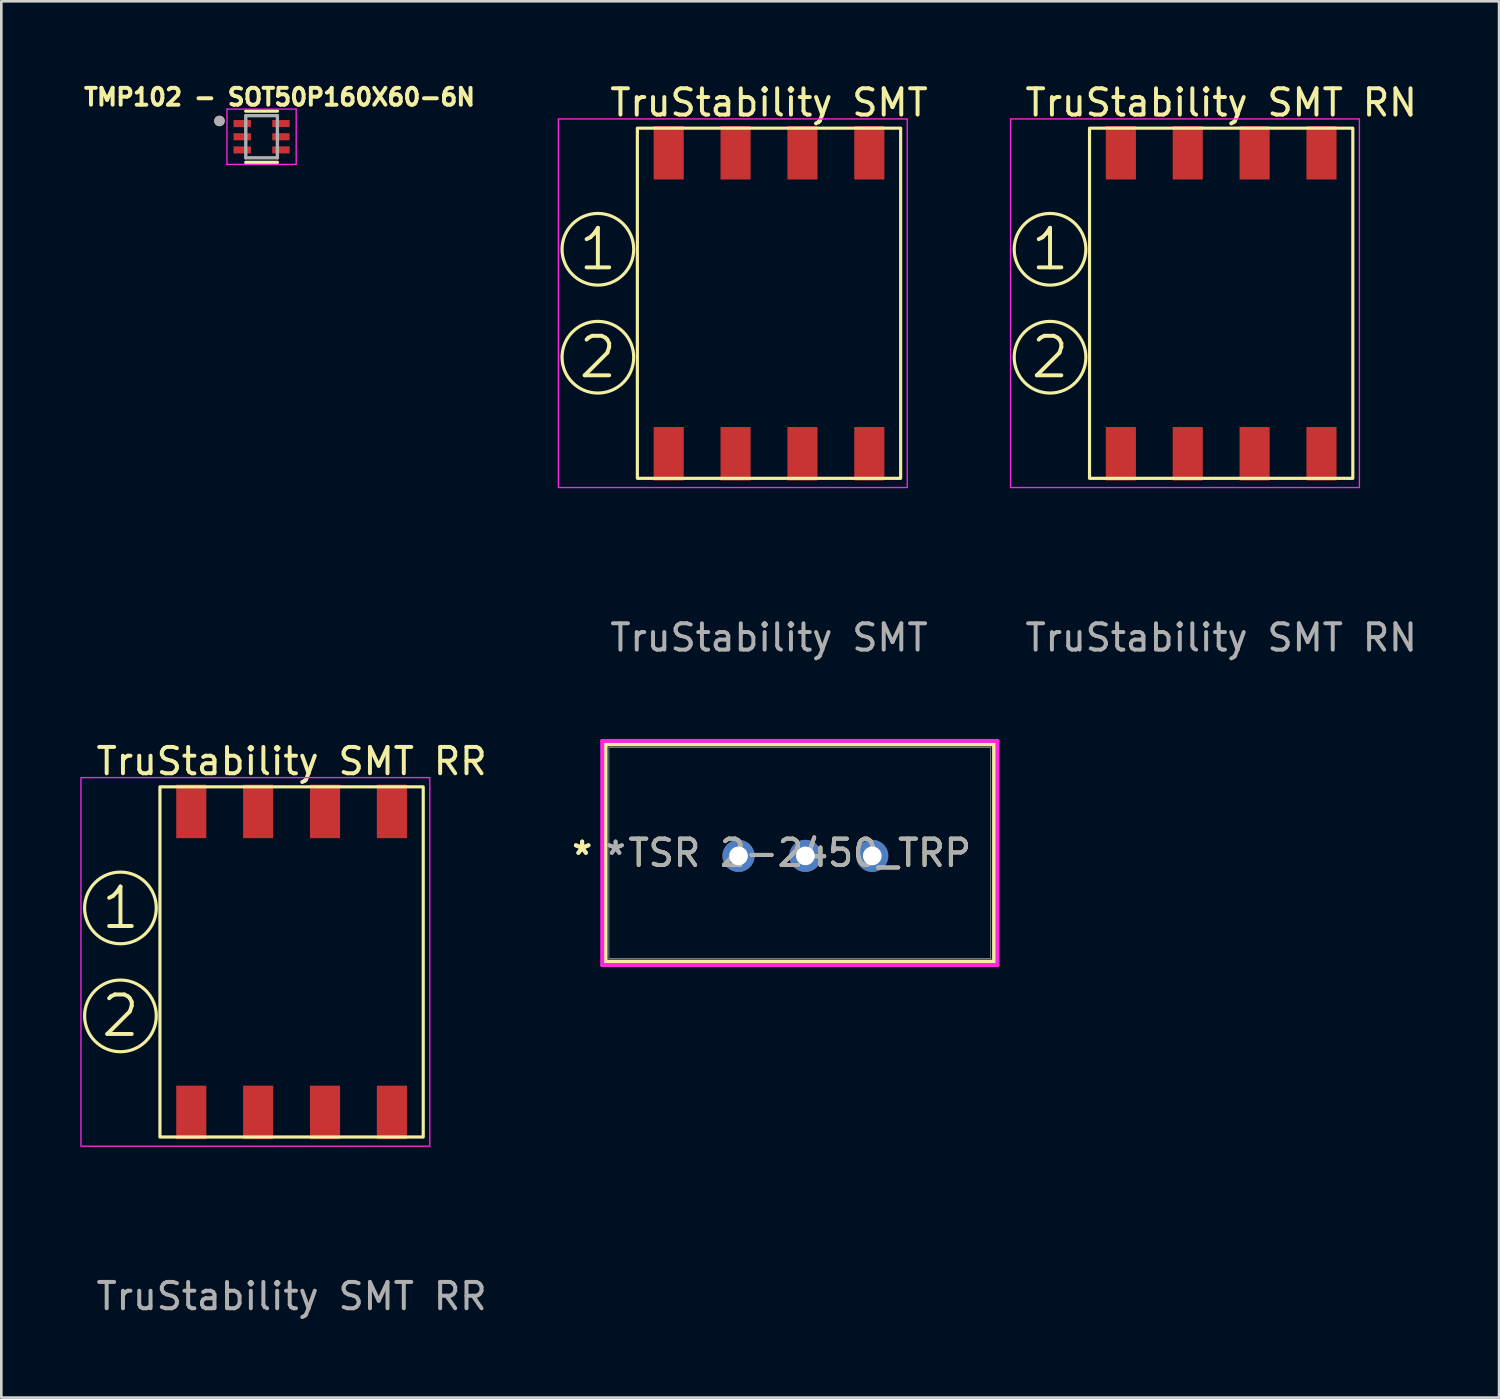
<source format=kicad_pcb>
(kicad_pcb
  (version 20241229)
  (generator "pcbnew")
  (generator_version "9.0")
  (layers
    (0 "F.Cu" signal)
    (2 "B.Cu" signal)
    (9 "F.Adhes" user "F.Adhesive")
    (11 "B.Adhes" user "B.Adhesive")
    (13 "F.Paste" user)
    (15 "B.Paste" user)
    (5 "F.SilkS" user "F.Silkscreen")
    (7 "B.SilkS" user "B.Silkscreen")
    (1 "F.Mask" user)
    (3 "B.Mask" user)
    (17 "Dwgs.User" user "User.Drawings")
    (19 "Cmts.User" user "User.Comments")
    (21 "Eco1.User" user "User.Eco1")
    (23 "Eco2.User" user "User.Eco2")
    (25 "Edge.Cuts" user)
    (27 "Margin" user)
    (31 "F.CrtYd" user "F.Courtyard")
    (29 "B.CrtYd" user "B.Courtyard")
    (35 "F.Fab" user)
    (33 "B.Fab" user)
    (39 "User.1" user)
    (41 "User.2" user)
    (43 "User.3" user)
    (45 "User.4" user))
  (footprint "TMP102 - SOT50P160X60-6N"
    (layer "F.Cu")
    (at 6.885 2.144)
    (property "Reference" "TMP102 - SOT50P160X60-6N" (at 0.682 -1.506 0) (layer "F.SilkS") (effects (font (size 0.64 0.64) (thickness 0.15))))
    (attr smd)
    (fp_line (start -0.6 -0.975) (end 0.6 -0.975) (stroke (width 0.127) (type solid)) (layer "F.SilkS"))
    (fp_line (start -0.6 0.975) (end 0.6 0.975) (stroke (width 0.127) (type solid)) (layer "F.SilkS"))
    (fp_circle (center -1.6 -0.6) (end -1.5 -0.6) (stroke (width 0.2) (type solid)) (fill no) (layer "F.SilkS"))
    (fp_line (start -1.315 -1.05) (end 1.315 -1.05) (stroke (width 0.05) (type solid)) (layer "F.CrtYd"))
    (fp_line (start -1.315 1.05) (end -1.315 -1.05) (stroke (width 0.05) (type solid)) (layer "F.CrtYd"))
    (fp_line (start 1.315 -1.05) (end 1.315 1.05) (stroke (width 0.05) (type solid)) (layer "F.CrtYd"))
    (fp_line (start 1.315 1.05) (end -1.315 1.05) (stroke (width 0.05) (type solid)) (layer "F.CrtYd"))
    (fp_line (start -0.6 -0.8) (end 0.6 -0.8) (stroke (width 0.127) (type solid)) (layer "F.Fab"))
    (fp_line (start -0.6 0.8) (end -0.6 -0.8) (stroke (width 0.127) (type solid)) (layer "F.Fab"))
    (fp_line (start 0.6 -0.8) (end 0.6 0.8) (stroke (width 0.127) (type solid)) (layer "F.Fab"))
    (fp_line (start 0.6 0.8) (end -0.6 0.8) (stroke (width 0.127) (type solid)) (layer "F.Fab"))
    (fp_circle (center -1.6 -0.6) (end -1.5 -0.6) (stroke (width 0.2) (type solid)) (fill no) (layer "F.Fab"))
    (pad "1" smd rect (at -0.735 -0.5) (size 0.66 0.27) (layers "F.Cu" "F.Mask" "F.Paste"))
    (pad "2" smd rect (at -0.735 0) (size 0.66 0.27) (layers "F.Cu" "F.Mask" "F.Paste"))
    (pad "3" smd rect (at -0.735 0.5) (size 0.66 0.27) (layers "F.Cu" "F.Mask" "F.Paste"))
    (pad "4" smd rect (at 0.735 0.5) (size 0.66 0.27) (layers "F.Cu" "F.Mask" "F.Paste"))
    (pad "5" smd rect (at 0.735 0) (size 0.66 0.27) (layers "F.Cu" "F.Mask" "F.Paste"))
    (pad "6" smd rect (at 0.735 -0.5) (size 0.66 0.27) (layers "F.Cu" "F.Mask" "F.Paste")))
  (footprint "TruStability SMT"
    (layer "F.Cu")
    (at 26.158 8.468)
    (property "Reference" "TruStability SMT" (at 0 -7.62 0) (unlocked yes) (layer "F.SilkS") (effects (font (size 1 1) (thickness 0.15))))
    (attr smd)
    (fp_rect (start -5 -6.65) (end 5 6.65) (stroke (width 0.12) (type solid)) (fill no) (layer "F.SilkS"))
    (fp_circle (center -6.5 -2.05) (end -5.23 -2.54) (stroke (width 0.12) (type solid)) (fill no) (layer "F.SilkS"))
    (fp_circle (center -6.5 2.05) (end -5.23 2.54) (stroke (width 0.12) (type solid)) (fill no) (layer "F.SilkS"))
    (fp_rect (start 5.25 -7) (end -8 7) (stroke (width 0.05) (type solid)) (fill no) (layer "F.CrtYd"))
    (fp_text user "1" (at -6.5 -2.05 0) (unlocked yes) (layer "F.SilkS") (effects (font (size 1.5 1.5) (thickness 0.15))))
    (fp_text user "2" (at -6.5 2.05 0) (unlocked yes) (layer "F.SilkS") (effects (font (size 1.5 1.5) (thickness 0.15))))
    (fp_text user "${REFERENCE}" (at 0 12.7 0) (unlocked yes) (layer "F.Fab") (effects (font (size 1 1) (thickness 0.15))))
    (pad "1" smd rect (at -3.81 5.716) (size 1.143 2.032) (layers "F.Cu" "F.Mask" "F.Paste"))
    (pad "2" smd rect (at -1.27 5.716) (size 1.143 2.032) (layers "F.Cu" "F.Mask" "F.Paste"))
    (pad "3" smd rect (at 1.27 5.716) (size 1.143 2.032) (layers "F.Cu" "F.Mask" "F.Paste"))
    (pad "4" smd rect (at 3.81 5.716) (size 1.143 2.032) (layers "F.Cu" "F.Mask" "F.Paste"))
    (pad "5" smd rect (at 3.81 -5.716) (size 1.143 2.032) (layers "F.Cu" "F.Mask" "F.Paste"))
    (pad "6" smd rect (at 1.27 -5.716) (size 1.143 2.032) (layers "F.Cu" "F.Mask" "F.Paste"))
    (pad "7" smd rect (at -1.27 -5.716) (size 1.143 2.032) (layers "F.Cu" "F.Mask" "F.Paste"))
    (pad "8" smd rect (at -3.81 -5.716) (size 1.143 2.032) (layers "F.Cu" "F.Mask" "F.Paste")))
  (footprint "TSR 2-2450_TRP"
    (layer "F.Cu")
    (at 25 29.458)
    (property "Reference" "TSR 2-2450_TRP" (at 2.328 -0.11 0) (unlocked yes) (layer "F.SilkS") (effects (font (size 1 1) (thickness 0.15))))
    (attr through_hole)
    (fp_line (start -5.05 -4.238) (end -5.05 4.017) (stroke (width 0.152) (type solid)) (layer "F.SilkS"))
    (fp_line (start -5.05 4.017) (end 9.707 4.017) (stroke (width 0.152) (type solid)) (layer "F.SilkS"))
    (fp_line (start 9.707 -4.238) (end -5.05 -4.238) (stroke (width 0.152) (type solid)) (layer "F.SilkS"))
    (fp_line (start 9.707 4.017) (end 9.707 -4.238) (stroke (width 0.152) (type solid)) (layer "F.SilkS"))
    (fp_line (start -5.177 -4.365) (end 9.834 -4.365) (stroke (width 0.152) (type solid)) (layer "F.CrtYd"))
    (fp_line (start -5.177 4.144) (end -5.177 -4.365) (stroke (width 0.152) (type solid)) (layer "F.CrtYd"))
    (fp_line (start 9.834 -4.365) (end 9.834 4.144) (stroke (width 0.152) (type solid)) (layer "F.CrtYd"))
    (fp_line (start 9.834 4.144) (end -5.177 4.144) (stroke (width 0.152) (type solid)) (layer "F.CrtYd"))
    (fp_line (start -4.923 -4.111) (end -4.923 3.89) (stroke (width 0.025) (type solid)) (layer "F.Fab"))
    (fp_line (start -4.923 3.89) (end 9.58 3.89) (stroke (width 0.025) (type solid)) (layer "F.Fab"))
    (fp_line (start 9.58 -4.111) (end -4.923 -4.111) (stroke (width 0.025) (type solid)) (layer "F.Fab"))
    (fp_line (start 9.58 3.89) (end 9.58 -4.111) (stroke (width 0.025) (type solid)) (layer "F.Fab"))
    (fp_text user "*" (at -5.939 0 0) (unlocked yes) (layer "F.SilkS") (effects (font (size 1 1) (thickness 0.15))))
    (fp_text user "*" (at -5.939 0 0) (layer "F.SilkS") (effects (font (size 1 1) (thickness 0.15))))
    (fp_text user "*" (at -4.669 0 0) (unlocked yes) (layer "F.Fab") (effects (font (size 1 1) (thickness 0.15))))
    (fp_text user "*" (at -4.669 0 0) (layer "F.Fab") (effects (font (size 1 1) (thickness 0.15))))
    (fp_text user "${REFERENCE}" (at 2.328 -0.11 0) (unlocked yes) (layer "F.Fab") (effects (font (size 1 1) (thickness 0.15))))
    (pad "1" thru_hole circle (at 0 0) (size 1.219 1.219) (drill 0.711) (layers "*.Cu" "*.Mask"))
    (pad "2" thru_hole circle (at 2.54 0) (size 1.219 1.219) (drill 0.711) (layers "*.Cu" "*.Mask"))
    (pad "3" thru_hole circle (at 5.08 0) (size 1.219 1.219) (drill 0.711) (layers "*.Cu" "*.Mask")))
  (footprint "TruStability SMT RR"
    (layer "F.Cu")
    (at 8.025 33.485)
    (property "Reference" "TruStability SMT RR" (at 0 -7.62 0) (unlocked yes) (layer "F.SilkS") (effects (font (size 1 1) (thickness 0.15))))
    (attr smd)
    (fp_rect (start -5 -6.65) (end 5 6.65) (stroke (width 0.12) (type solid)) (fill no) (layer "F.SilkS"))
    (fp_circle (center -6.5 -2.05) (end -5.23 -2.54) (stroke (width 0.12) (type solid)) (fill no) (layer "F.SilkS"))
    (fp_circle (center -6.5 2.05) (end -5.23 2.54) (stroke (width 0.12) (type solid)) (fill no) (layer "F.SilkS"))
    (fp_rect (start 5.25 -7) (end -8 7) (stroke (width 0.05) (type solid)) (fill no) (layer "F.CrtYd"))
    (fp_text user "1" (at -6.5 -2.05 0) (unlocked yes) (layer "F.SilkS") (effects (font (size 1.5 1.5) (thickness 0.15))))
    (fp_text user "2" (at -6.5 2.05 0) (unlocked yes) (layer "F.SilkS") (effects (font (size 1.5 1.5) (thickness 0.15))))
    (fp_text user "${REFERENCE}" (at 0 12.7 0) (unlocked yes) (layer "F.Fab") (effects (font (size 1 1) (thickness 0.15))))
    (pad "1" smd rect (at -3.81 5.716) (size 1.143 2.032) (layers "F.Cu" "F.Mask" "F.Paste"))
    (pad "2" smd rect (at -1.27 5.716) (size 1.143 2.032) (layers "F.Cu" "F.Mask" "F.Paste"))
    (pad "3" smd rect (at 1.27 5.716) (size 1.143 2.032) (layers "F.Cu" "F.Mask" "F.Paste"))
    (pad "4" smd rect (at 3.81 5.716) (size 1.143 2.032) (layers "F.Cu" "F.Mask" "F.Paste"))
    (pad "5" smd rect (at 3.81 -5.716) (size 1.143 2.032) (layers "F.Cu" "F.Mask" "F.Paste"))
    (pad "6" smd rect (at 1.27 -5.716) (size 1.143 2.032) (layers "F.Cu" "F.Mask" "F.Paste"))
    (pad "7" smd rect (at -1.27 -5.716) (size 1.143 2.032) (layers "F.Cu" "F.Mask" "F.Paste"))
    (pad "8" smd rect (at -3.81 -5.716) (size 1.143 2.032) (layers "F.Cu" "F.Mask" "F.Paste")))
  (footprint "TruStability SMT RN"
    (layer "F.Cu")
    (at 43.332 8.468)
    (property "Reference" "TruStability SMT RN" (at 0 -7.62 0) (unlocked yes) (layer "F.SilkS") (effects (font (size 1 1) (thickness 0.15))))
    (attr smd)
    (fp_rect (start -5 -6.65) (end 5 6.65) (stroke (width 0.12) (type solid)) (fill no) (layer "F.SilkS"))
    (fp_circle (center -6.5 -2.05) (end -5.23 -2.54) (stroke (width 0.12) (type solid)) (fill no) (layer "F.SilkS"))
    (fp_circle (center -6.5 2.05) (end -5.23 2.54) (stroke (width 0.12) (type solid)) (fill no) (layer "F.SilkS"))
    (fp_rect (start 5.25 -7) (end -8 7) (stroke (width 0.05) (type solid)) (fill no) (layer "F.CrtYd"))
    (fp_text user "2" (at -6.5 2.05 0) (unlocked yes) (layer "F.SilkS") (effects (font (size 1.5 1.5) (thickness 0.15))))
    (fp_text user "1" (at -6.5 -2.05 0) (unlocked yes) (layer "F.SilkS") (effects (font (size 1.5 1.5) (thickness 0.15))))
    (fp_text user "${REFERENCE}" (at 0 12.7 0) (unlocked yes) (layer "F.Fab") (effects (font (size 1 1) (thickness 0.15))))
    (pad "1" smd rect (at -3.81 5.716) (size 1.143 2.032) (layers "F.Cu" "F.Mask" "F.Paste"))
    (pad "2" smd rect (at -1.27 5.716) (size 1.143 2.032) (layers "F.Cu" "F.Mask" "F.Paste"))
    (pad "3" smd rect (at 1.27 5.716) (size 1.143 2.032) (layers "F.Cu" "F.Mask" "F.Paste"))
    (pad "4" smd rect (at 3.81 5.716) (size 1.143 2.032) (layers "F.Cu" "F.Mask" "F.Paste"))
    (pad "5" smd rect (at 3.81 -5.716) (size 1.143 2.032) (layers "F.Cu" "F.Mask" "F.Paste"))
    (pad "6" smd rect (at 1.27 -5.716) (size 1.143 2.032) (layers "F.Cu" "F.Mask" "F.Paste"))
    (pad "7" smd rect (at -1.27 -5.716) (size 1.143 2.032) (layers "F.Cu" "F.Mask" "F.Paste"))
    (pad "8" smd rect (at -3.81 -5.716) (size 1.143 2.032) (layers "F.Cu" "F.Mask" "F.Paste")))
  (gr_rect
    (start -3 -3)
    (end 53.886 50.033)
    (stroke (width 0.1) (type default))
    (fill no)
    (layer "Edge.Cuts")))
</source>
